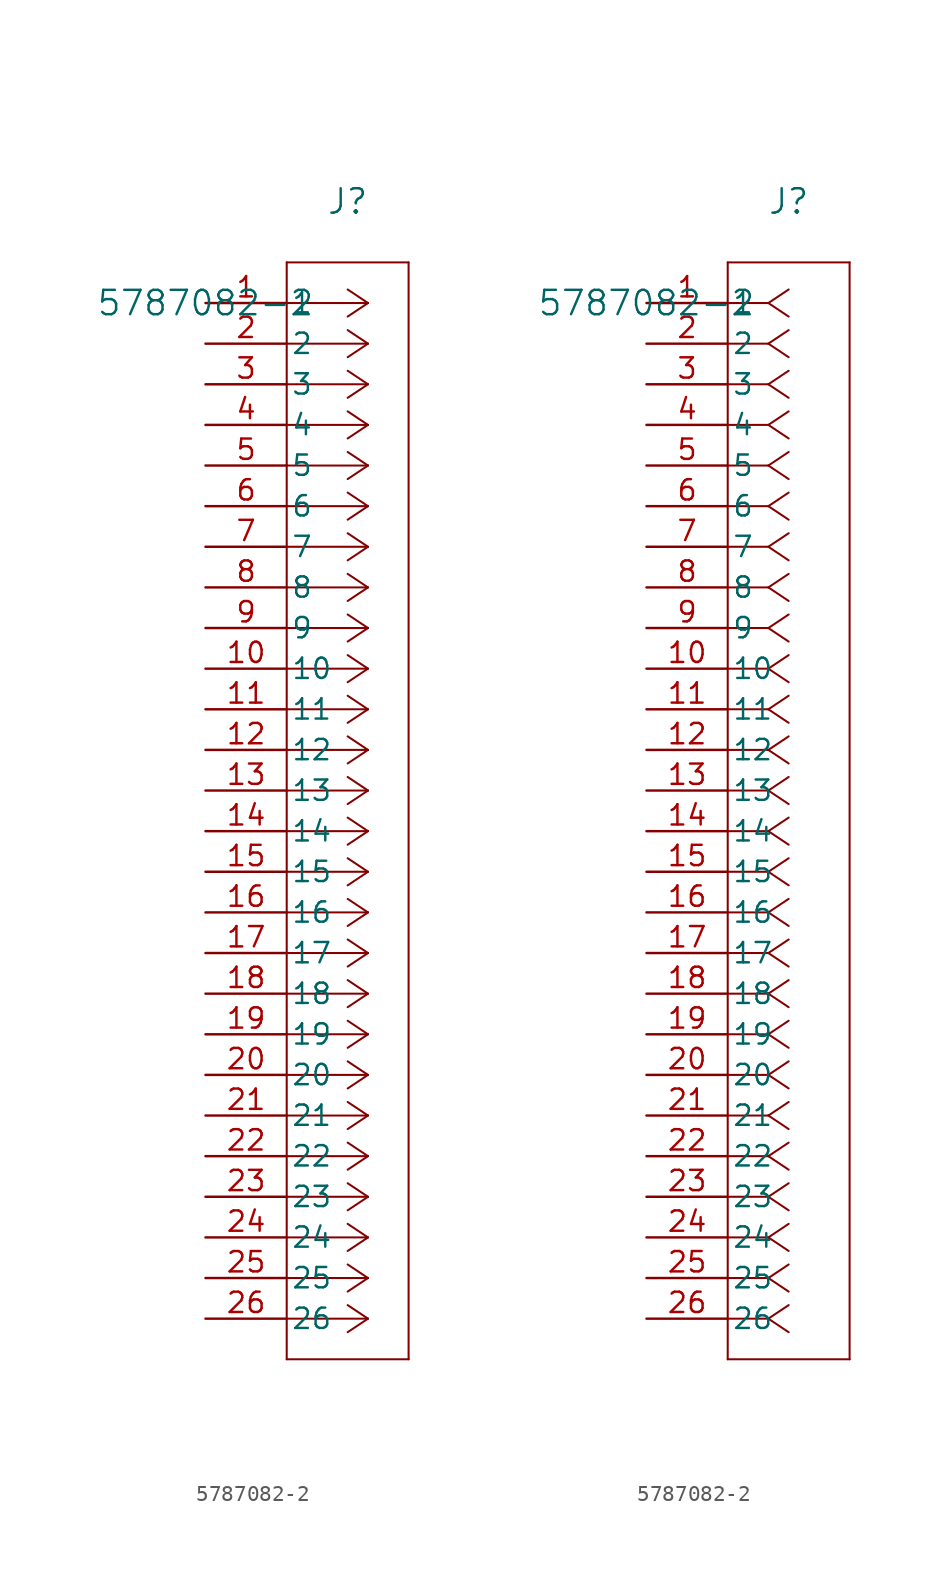
<source format=kicad_sym>
(kicad_symbol_lib
  (version 20211014)
  (generator kicad_symbol_editor)
  (symbol "5787082-2"
    (pin_names
      (offset 0.254))
    (property "Reference" "J"
      (at 8.89 6.35 0)
      (effects (font (size 1.524 1.524))))
    (property "Value" "5787082-2"
      (at 0 0 0)
      (effects (font (size 1.524 1.524))))
    (symbol "5787082-2_1_1"
      (polyline (pts (xy 10.16 0) (xy 5.08 0)) (stroke (width 0.127) (type default) (color 0 0 0 0)) (fill (type none)))
      (polyline (pts (xy 10.16 -2.54) (xy 5.08 -2.54)) (stroke (width 0.127) (type default) (color 0 0 0 0)) (fill (type none)))
      (polyline (pts (xy 10.16 -5.08) (xy 5.08 -5.08)) (stroke (width 0.127) (type default) (color 0 0 0 0)) (fill (type none)))
      (polyline (pts (xy 10.16 -7.62) (xy 5.08 -7.62)) (stroke (width 0.127) (type default) (color 0 0 0 0)) (fill (type none)))
      (polyline (pts (xy 10.16 -10.16) (xy 5.08 -10.16)) (stroke (width 0.127) (type default) (color 0 0 0 0)) (fill (type none)))
      (polyline (pts (xy 10.16 -12.7) (xy 5.08 -12.7)) (stroke (width 0.127) (type default) (color 0 0 0 0)) (fill (type none)))
      (polyline (pts (xy 10.16 -15.24) (xy 5.08 -15.24)) (stroke (width 0.127) (type default) (color 0 0 0 0)) (fill (type none)))
      (polyline (pts (xy 10.16 -17.78) (xy 5.08 -17.78)) (stroke (width 0.127) (type default) (color 0 0 0 0)) (fill (type none)))
      (polyline (pts (xy 10.16 -20.32) (xy 5.08 -20.32)) (stroke (width 0.127) (type default) (color 0 0 0 0)) (fill (type none)))
      (polyline (pts (xy 10.16 -22.86) (xy 5.08 -22.86)) (stroke (width 0.127) (type default) (color 0 0 0 0)) (fill (type none)))
      (polyline (pts (xy 10.16 -25.4) (xy 5.08 -25.4)) (stroke (width 0.127) (type default) (color 0 0 0 0)) (fill (type none)))
      (polyline (pts (xy 10.16 -27.94) (xy 5.08 -27.94)) (stroke (width 0.127) (type default) (color 0 0 0 0)) (fill (type none)))
      (polyline (pts (xy 10.16 -30.48) (xy 5.08 -30.48)) (stroke (width 0.127) (type default) (color 0 0 0 0)) (fill (type none)))
      (polyline (pts (xy 10.16 -33.02) (xy 5.08 -33.02)) (stroke (width 0.127) (type default) (color 0 0 0 0)) (fill (type none)))
      (polyline (pts (xy 10.16 -35.56) (xy 5.08 -35.56)) (stroke (width 0.127) (type default) (color 0 0 0 0)) (fill (type none)))
      (polyline (pts (xy 10.16 -38.1) (xy 5.08 -38.1)) (stroke (width 0.127) (type default) (color 0 0 0 0)) (fill (type none)))
      (polyline (pts (xy 10.16 -40.64) (xy 5.08 -40.64)) (stroke (width 0.127) (type default) (color 0 0 0 0)) (fill (type none)))
      (polyline (pts (xy 10.16 -43.18) (xy 5.08 -43.18)) (stroke (width 0.127) (type default) (color 0 0 0 0)) (fill (type none)))
      (polyline (pts (xy 10.16 -45.72) (xy 5.08 -45.72)) (stroke (width 0.127) (type default) (color 0 0 0 0)) (fill (type none)))
      (polyline (pts (xy 10.16 -48.26) (xy 5.08 -48.26)) (stroke (width 0.127) (type default) (color 0 0 0 0)) (fill (type none)))
      (polyline (pts (xy 10.16 -50.8) (xy 5.08 -50.8)) (stroke (width 0.127) (type default) (color 0 0 0 0)) (fill (type none)))
      (polyline (pts (xy 10.16 -53.34) (xy 5.08 -53.34)) (stroke (width 0.127) (type default) (color 0 0 0 0)) (fill (type none)))
      (polyline (pts (xy 10.16 -55.88) (xy 5.08 -55.88)) (stroke (width 0.127) (type default) (color 0 0 0 0)) (fill (type none)))
      (polyline (pts (xy 10.16 -58.42) (xy 5.08 -58.42)) (stroke (width 0.127) (type default) (color 0 0 0 0)) (fill (type none)))
      (polyline (pts (xy 10.16 -60.96) (xy 5.08 -60.96)) (stroke (width 0.127) (type default) (color 0 0 0 0)) (fill (type none)))
      (polyline (pts (xy 10.16 -63.5) (xy 5.08 -63.5)) (stroke (width 0.127) (type default) (color 0 0 0 0)) (fill (type none)))
      (polyline (pts (xy 10.16 0) (xy 8.89 0.847)) (stroke (width 0.127) (type default) (color 0 0 0 0)) (fill (type none)))
      (polyline (pts (xy 10.16 -2.54) (xy 8.89 -1.693)) (stroke (width 0.127) (type default) (color 0 0 0 0)) (fill (type none)))
      (polyline (pts (xy 10.16 -5.08) (xy 8.89 -4.233)) (stroke (width 0.127) (type default) (color 0 0 0 0)) (fill (type none)))
      (polyline (pts (xy 10.16 -7.62) (xy 8.89 -6.773)) (stroke (width 0.127) (type default) (color 0 0 0 0)) (fill (type none)))
      (polyline (pts (xy 10.16 -10.16) (xy 8.89 -9.313)) (stroke (width 0.127) (type default) (color 0 0 0 0)) (fill (type none)))
      (polyline (pts (xy 10.16 -12.7) (xy 8.89 -11.853)) (stroke (width 0.127) (type default) (color 0 0 0 0)) (fill (type none)))
      (polyline (pts (xy 10.16 -15.24) (xy 8.89 -14.393)) (stroke (width 0.127) (type default) (color 0 0 0 0)) (fill (type none)))
      (polyline (pts (xy 10.16 -17.78) (xy 8.89 -16.933)) (stroke (width 0.127) (type default) (color 0 0 0 0)) (fill (type none)))
      (polyline (pts (xy 10.16 -20.32) (xy 8.89 -19.473)) (stroke (width 0.127) (type default) (color 0 0 0 0)) (fill (type none)))
      (polyline (pts (xy 10.16 -22.86) (xy 8.89 -22.013)) (stroke (width 0.127) (type default) (color 0 0 0 0)) (fill (type none)))
      (polyline (pts (xy 10.16 -25.4) (xy 8.89 -24.553)) (stroke (width 0.127) (type default) (color 0 0 0 0)) (fill (type none)))
      (polyline (pts (xy 10.16 -27.94) (xy 8.89 -27.093)) (stroke (width 0.127) (type default) (color 0 0 0 0)) (fill (type none)))
      (polyline (pts (xy 10.16 -30.48) (xy 8.89 -29.633)) (stroke (width 0.127) (type default) (color 0 0 0 0)) (fill (type none)))
      (polyline (pts (xy 10.16 -33.02) (xy 8.89 -32.173)) (stroke (width 0.127) (type default) (color 0 0 0 0)) (fill (type none)))
      (polyline (pts (xy 10.16 -35.56) (xy 8.89 -34.713)) (stroke (width 0.127) (type default) (color 0 0 0 0)) (fill (type none)))
      (polyline (pts (xy 10.16 -38.1) (xy 8.89 -37.253)) (stroke (width 0.127) (type default) (color 0 0 0 0)) (fill (type none)))
      (polyline (pts (xy 10.16 -40.64) (xy 8.89 -39.793)) (stroke (width 0.127) (type default) (color 0 0 0 0)) (fill (type none)))
      (polyline (pts (xy 10.16 -43.18) (xy 8.89 -42.333)) (stroke (width 0.127) (type default) (color 0 0 0 0)) (fill (type none)))
      (polyline (pts (xy 10.16 -45.72) (xy 8.89 -44.873)) (stroke (width 0.127) (type default) (color 0 0 0 0)) (fill (type none)))
      (polyline (pts (xy 10.16 -48.26) (xy 8.89 -47.413)) (stroke (width 0.127) (type default) (color 0 0 0 0)) (fill (type none)))
      (polyline (pts (xy 10.16 -50.8) (xy 8.89 -49.953)) (stroke (width 0.127) (type default) (color 0 0 0 0)) (fill (type none)))
      (polyline (pts (xy 10.16 -53.34) (xy 8.89 -52.493)) (stroke (width 0.127) (type default) (color 0 0 0 0)) (fill (type none)))
      (polyline (pts (xy 10.16 -55.88) (xy 8.89 -55.033)) (stroke (width 0.127) (type default) (color 0 0 0 0)) (fill (type none)))
      (polyline (pts (xy 10.16 -58.42) (xy 8.89 -57.573)) (stroke (width 0.127) (type default) (color 0 0 0 0)) (fill (type none)))
      (polyline (pts (xy 10.16 -60.96) (xy 8.89 -60.113)) (stroke (width 0.127) (type default) (color 0 0 0 0)) (fill (type none)))
      (polyline (pts (xy 10.16 -63.5) (xy 8.89 -62.653)) (stroke (width 0.127) (type default) (color 0 0 0 0)) (fill (type none)))
      (polyline (pts (xy 10.16 0) (xy 8.89 -0.847)) (stroke (width 0.127) (type default) (color 0 0 0 0)) (fill (type none)))
      (polyline (pts (xy 10.16 -2.54) (xy 8.89 -3.387)) (stroke (width 0.127) (type default) (color 0 0 0 0)) (fill (type none)))
      (polyline (pts (xy 10.16 -5.08) (xy 8.89 -5.927)) (stroke (width 0.127) (type default) (color 0 0 0 0)) (fill (type none)))
      (polyline (pts (xy 10.16 -7.62) (xy 8.89 -8.467)) (stroke (width 0.127) (type default) (color 0 0 0 0)) (fill (type none)))
      (polyline (pts (xy 10.16 -10.16) (xy 8.89 -11.007)) (stroke (width 0.127) (type default) (color 0 0 0 0)) (fill (type none)))
      (polyline (pts (xy 10.16 -12.7) (xy 8.89 -13.547)) (stroke (width 0.127) (type default) (color 0 0 0 0)) (fill (type none)))
      (polyline (pts (xy 10.16 -15.24) (xy 8.89 -16.087)) (stroke (width 0.127) (type default) (color 0 0 0 0)) (fill (type none)))
      (polyline (pts (xy 10.16 -17.78) (xy 8.89 -18.627)) (stroke (width 0.127) (type default) (color 0 0 0 0)) (fill (type none)))
      (polyline (pts (xy 10.16 -20.32) (xy 8.89 -21.167)) (stroke (width 0.127) (type default) (color 0 0 0 0)) (fill (type none)))
      (polyline (pts (xy 10.16 -22.86) (xy 8.89 -23.707)) (stroke (width 0.127) (type default) (color 0 0 0 0)) (fill (type none)))
      (polyline (pts (xy 10.16 -25.4) (xy 8.89 -26.247)) (stroke (width 0.127) (type default) (color 0 0 0 0)) (fill (type none)))
      (polyline (pts (xy 10.16 -27.94) (xy 8.89 -28.787)) (stroke (width 0.127) (type default) (color 0 0 0 0)) (fill (type none)))
      (polyline (pts (xy 10.16 -30.48) (xy 8.89 -31.327)) (stroke (width 0.127) (type default) (color 0 0 0 0)) (fill (type none)))
      (polyline (pts (xy 10.16 -33.02) (xy 8.89 -33.867)) (stroke (width 0.127) (type default) (color 0 0 0 0)) (fill (type none)))
      (polyline (pts (xy 10.16 -35.56) (xy 8.89 -36.407)) (stroke (width 0.127) (type default) (color 0 0 0 0)) (fill (type none)))
      (polyline (pts (xy 10.16 -38.1) (xy 8.89 -38.947)) (stroke (width 0.127) (type default) (color 0 0 0 0)) (fill (type none)))
      (polyline (pts (xy 10.16 -40.64) (xy 8.89 -41.487)) (stroke (width 0.127) (type default) (color 0 0 0 0)) (fill (type none)))
      (polyline (pts (xy 10.16 -43.18) (xy 8.89 -44.027)) (stroke (width 0.127) (type default) (color 0 0 0 0)) (fill (type none)))
      (polyline (pts (xy 10.16 -45.72) (xy 8.89 -46.567)) (stroke (width 0.127) (type default) (color 0 0 0 0)) (fill (type none)))
      (polyline (pts (xy 10.16 -48.26) (xy 8.89 -49.107)) (stroke (width 0.127) (type default) (color 0 0 0 0)) (fill (type none)))
      (polyline (pts (xy 10.16 -50.8) (xy 8.89 -51.647)) (stroke (width 0.127) (type default) (color 0 0 0 0)) (fill (type none)))
      (polyline (pts (xy 10.16 -53.34) (xy 8.89 -54.187)) (stroke (width 0.127) (type default) (color 0 0 0 0)) (fill (type none)))
      (polyline (pts (xy 10.16 -55.88) (xy 8.89 -56.727)) (stroke (width 0.127) (type default) (color 0 0 0 0)) (fill (type none)))
      (polyline (pts (xy 10.16 -58.42) (xy 8.89 -59.267)) (stroke (width 0.127) (type default) (color 0 0 0 0)) (fill (type none)))
      (polyline (pts (xy 10.16 -60.96) (xy 8.89 -61.807)) (stroke (width 0.127) (type default) (color 0 0 0 0)) (fill (type none)))
      (polyline (pts (xy 10.16 -63.5) (xy 8.89 -64.347)) (stroke (width 0.127) (type default) (color 0 0 0 0)) (fill (type none)))
      (polyline (pts (xy 5.08 2.54) (xy 5.08 -66.04)) (stroke (width 0.127) (type default) (color 0 0 0 0)) (fill (type none)))
      (polyline (pts (xy 5.08 -66.04) (xy 12.7 -66.04)) (stroke (width 0.127) (type default) (color 0 0 0 0)) (fill (type none)))
      (polyline (pts (xy 12.7 -66.04) (xy 12.7 2.54)) (stroke (width 0.127) (type default) (color 0 0 0 0)) (fill (type none)))
      (polyline (pts (xy 12.7 2.54) (xy 5.08 2.54)) (stroke (width 0.127) (type default) (color 0 0 0 0)) (fill (type none)))
      (pin unspecified line (at 0 0 0) (length 5.08) (name "1" (effects (font (size 1.27 1.27)))) (number "1" (effects (font (size 1.27 1.27)))))
      (pin unspecified line (at 0 -2.54 0) (length 5.08) (name "2" (effects (font (size 1.27 1.27)))) (number "2" (effects (font (size 1.27 1.27)))))
      (pin unspecified line (at 0 -5.08 0) (length 5.08) (name "3" (effects (font (size 1.27 1.27)))) (number "3" (effects (font (size 1.27 1.27)))))
      (pin unspecified line (at 0 -7.62 0) (length 5.08) (name "4" (effects (font (size 1.27 1.27)))) (number "4" (effects (font (size 1.27 1.27)))))
      (pin unspecified line (at 0 -10.16 0) (length 5.08) (name "5" (effects (font (size 1.27 1.27)))) (number "5" (effects (font (size 1.27 1.27)))))
      (pin unspecified line (at 0 -12.7 0) (length 5.08) (name "6" (effects (font (size 1.27 1.27)))) (number "6" (effects (font (size 1.27 1.27)))))
      (pin unspecified line (at 0 -15.24 0) (length 5.08) (name "7" (effects (font (size 1.27 1.27)))) (number "7" (effects (font (size 1.27 1.27)))))
      (pin unspecified line (at 0 -17.78 0) (length 5.08) (name "8" (effects (font (size 1.27 1.27)))) (number "8" (effects (font (size 1.27 1.27)))))
      (pin unspecified line (at 0 -20.32 0) (length 5.08) (name "9" (effects (font (size 1.27 1.27)))) (number "9" (effects (font (size 1.27 1.27)))))
      (pin unspecified line (at 0 -22.86 0) (length 5.08) (name "10" (effects (font (size 1.27 1.27)))) (number "10" (effects (font (size 1.27 1.27)))))
      (pin unspecified line (at 0 -25.4 0) (length 5.08) (name "11" (effects (font (size 1.27 1.27)))) (number "11" (effects (font (size 1.27 1.27)))))
      (pin unspecified line (at 0 -27.94 0) (length 5.08) (name "12" (effects (font (size 1.27 1.27)))) (number "12" (effects (font (size 1.27 1.27)))))
      (pin unspecified line (at 0 -30.48 0) (length 5.08) (name "13" (effects (font (size 1.27 1.27)))) (number "13" (effects (font (size 1.27 1.27)))))
      (pin unspecified line (at 0 -33.02 0) (length 5.08) (name "14" (effects (font (size 1.27 1.27)))) (number "14" (effects (font (size 1.27 1.27)))))
      (pin unspecified line (at 0 -35.56 0) (length 5.08) (name "15" (effects (font (size 1.27 1.27)))) (number "15" (effects (font (size 1.27 1.27)))))
      (pin unspecified line (at 0 -38.1 0) (length 5.08) (name "16" (effects (font (size 1.27 1.27)))) (number "16" (effects (font (size 1.27 1.27)))))
      (pin unspecified line (at 0 -40.64 0) (length 5.08) (name "17" (effects (font (size 1.27 1.27)))) (number "17" (effects (font (size 1.27 1.27)))))
      (pin unspecified line (at 0 -43.18 0) (length 5.08) (name "18" (effects (font (size 1.27 1.27)))) (number "18" (effects (font (size 1.27 1.27)))))
      (pin unspecified line (at 0 -45.72 0) (length 5.08) (name "19" (effects (font (size 1.27 1.27)))) (number "19" (effects (font (size 1.27 1.27)))))
      (pin unspecified line (at 0 -48.26 0) (length 5.08) (name "20" (effects (font (size 1.27 1.27)))) (number "20" (effects (font (size 1.27 1.27)))))
      (pin unspecified line (at 0 -50.8 0) (length 5.08) (name "21" (effects (font (size 1.27 1.27)))) (number "21" (effects (font (size 1.27 1.27)))))
      (pin unspecified line (at 0 -53.34 0) (length 5.08) (name "22" (effects (font (size 1.27 1.27)))) (number "22" (effects (font (size 1.27 1.27)))))
      (pin unspecified line (at 0 -55.88 0) (length 5.08) (name "23" (effects (font (size 1.27 1.27)))) (number "23" (effects (font (size 1.27 1.27)))))
      (pin unspecified line (at 0 -58.42 0) (length 5.08) (name "24" (effects (font (size 1.27 1.27)))) (number "24" (effects (font (size 1.27 1.27)))))
      (pin unspecified line (at 0 -60.96 0) (length 5.08) (name "25" (effects (font (size 1.27 1.27)))) (number "25" (effects (font (size 1.27 1.27)))))
      (pin unspecified line (at 0 -63.5 0) (length 5.08) (name "26" (effects (font (size 1.27 1.27)))) (number "26" (effects (font (size 1.27 1.27))))))
    (symbol "5787082-2_1_2"
      (polyline (pts (xy 7.62 0) (xy 5.08 0)) (stroke (width 0.127) (type default) (color 0 0 0 0)) (fill (type none)))
      (polyline (pts (xy 7.62 -2.54) (xy 5.08 -2.54)) (stroke (width 0.127) (type default) (color 0 0 0 0)) (fill (type none)))
      (polyline (pts (xy 7.62 -5.08) (xy 5.08 -5.08)) (stroke (width 0.127) (type default) (color 0 0 0 0)) (fill (type none)))
      (polyline (pts (xy 7.62 -7.62) (xy 5.08 -7.62)) (stroke (width 0.127) (type default) (color 0 0 0 0)) (fill (type none)))
      (polyline (pts (xy 7.62 -10.16) (xy 5.08 -10.16)) (stroke (width 0.127) (type default) (color 0 0 0 0)) (fill (type none)))
      (polyline (pts (xy 7.62 -12.7) (xy 5.08 -12.7)) (stroke (width 0.127) (type default) (color 0 0 0 0)) (fill (type none)))
      (polyline (pts (xy 7.62 -15.24) (xy 5.08 -15.24)) (stroke (width 0.127) (type default) (color 0 0 0 0)) (fill (type none)))
      (polyline (pts (xy 7.62 -17.78) (xy 5.08 -17.78)) (stroke (width 0.127) (type default) (color 0 0 0 0)) (fill (type none)))
      (polyline (pts (xy 7.62 -20.32) (xy 5.08 -20.32)) (stroke (width 0.127) (type default) (color 0 0 0 0)) (fill (type none)))
      (polyline (pts (xy 7.62 -22.86) (xy 5.08 -22.86)) (stroke (width 0.127) (type default) (color 0 0 0 0)) (fill (type none)))
      (polyline (pts (xy 7.62 -25.4) (xy 5.08 -25.4)) (stroke (width 0.127) (type default) (color 0 0 0 0)) (fill (type none)))
      (polyline (pts (xy 7.62 -27.94) (xy 5.08 -27.94)) (stroke (width 0.127) (type default) (color 0 0 0 0)) (fill (type none)))
      (polyline (pts (xy 7.62 -30.48) (xy 5.08 -30.48)) (stroke (width 0.127) (type default) (color 0 0 0 0)) (fill (type none)))
      (polyline (pts (xy 7.62 -33.02) (xy 5.08 -33.02)) (stroke (width 0.127) (type default) (color 0 0 0 0)) (fill (type none)))
      (polyline (pts (xy 7.62 -35.56) (xy 5.08 -35.56)) (stroke (width 0.127) (type default) (color 0 0 0 0)) (fill (type none)))
      (polyline (pts (xy 7.62 -38.1) (xy 5.08 -38.1)) (stroke (width 0.127) (type default) (color 0 0 0 0)) (fill (type none)))
      (polyline (pts (xy 7.62 -40.64) (xy 5.08 -40.64)) (stroke (width 0.127) (type default) (color 0 0 0 0)) (fill (type none)))
      (polyline (pts (xy 7.62 -43.18) (xy 5.08 -43.18)) (stroke (width 0.127) (type default) (color 0 0 0 0)) (fill (type none)))
      (polyline (pts (xy 7.62 -45.72) (xy 5.08 -45.72)) (stroke (width 0.127) (type default) (color 0 0 0 0)) (fill (type none)))
      (polyline (pts (xy 7.62 -48.26) (xy 5.08 -48.26)) (stroke (width 0.127) (type default) (color 0 0 0 0)) (fill (type none)))
      (polyline (pts (xy 7.62 -50.8) (xy 5.08 -50.8)) (stroke (width 0.127) (type default) (color 0 0 0 0)) (fill (type none)))
      (polyline (pts (xy 7.62 -53.34) (xy 5.08 -53.34)) (stroke (width 0.127) (type default) (color 0 0 0 0)) (fill (type none)))
      (polyline (pts (xy 7.62 -55.88) (xy 5.08 -55.88)) (stroke (width 0.127) (type default) (color 0 0 0 0)) (fill (type none)))
      (polyline (pts (xy 7.62 -58.42) (xy 5.08 -58.42)) (stroke (width 0.127) (type default) (color 0 0 0 0)) (fill (type none)))
      (polyline (pts (xy 7.62 -60.96) (xy 5.08 -60.96)) (stroke (width 0.127) (type default) (color 0 0 0 0)) (fill (type none)))
      (polyline (pts (xy 7.62 -63.5) (xy 5.08 -63.5)) (stroke (width 0.127) (type default) (color 0 0 0 0)) (fill (type none)))
      (polyline (pts (xy 7.62 0) (xy 8.89 0.847)) (stroke (width 0.127) (type default) (color 0 0 0 0)) (fill (type none)))
      (polyline (pts (xy 7.62 -2.54) (xy 8.89 -1.693)) (stroke (width 0.127) (type default) (color 0 0 0 0)) (fill (type none)))
      (polyline (pts (xy 7.62 -5.08) (xy 8.89 -4.233)) (stroke (width 0.127) (type default) (color 0 0 0 0)) (fill (type none)))
      (polyline (pts (xy 7.62 -7.62) (xy 8.89 -6.773)) (stroke (width 0.127) (type default) (color 0 0 0 0)) (fill (type none)))
      (polyline (pts (xy 7.62 -10.16) (xy 8.89 -9.313)) (stroke (width 0.127) (type default) (color 0 0 0 0)) (fill (type none)))
      (polyline (pts (xy 7.62 -12.7) (xy 8.89 -11.853)) (stroke (width 0.127) (type default) (color 0 0 0 0)) (fill (type none)))
      (polyline (pts (xy 7.62 -15.24) (xy 8.89 -14.393)) (stroke (width 0.127) (type default) (color 0 0 0 0)) (fill (type none)))
      (polyline (pts (xy 7.62 -17.78) (xy 8.89 -16.933)) (stroke (width 0.127) (type default) (color 0 0 0 0)) (fill (type none)))
      (polyline (pts (xy 7.62 -20.32) (xy 8.89 -19.473)) (stroke (width 0.127) (type default) (color 0 0 0 0)) (fill (type none)))
      (polyline (pts (xy 7.62 -22.86) (xy 8.89 -22.013)) (stroke (width 0.127) (type default) (color 0 0 0 0)) (fill (type none)))
      (polyline (pts (xy 7.62 -25.4) (xy 8.89 -24.553)) (stroke (width 0.127) (type default) (color 0 0 0 0)) (fill (type none)))
      (polyline (pts (xy 7.62 -27.94) (xy 8.89 -27.093)) (stroke (width 0.127) (type default) (color 0 0 0 0)) (fill (type none)))
      (polyline (pts (xy 7.62 -30.48) (xy 8.89 -29.633)) (stroke (width 0.127) (type default) (color 0 0 0 0)) (fill (type none)))
      (polyline (pts (xy 7.62 -33.02) (xy 8.89 -32.173)) (stroke (width 0.127) (type default) (color 0 0 0 0)) (fill (type none)))
      (polyline (pts (xy 7.62 -35.56) (xy 8.89 -34.713)) (stroke (width 0.127) (type default) (color 0 0 0 0)) (fill (type none)))
      (polyline (pts (xy 7.62 -38.1) (xy 8.89 -37.253)) (stroke (width 0.127) (type default) (color 0 0 0 0)) (fill (type none)))
      (polyline (pts (xy 7.62 -40.64) (xy 8.89 -39.793)) (stroke (width 0.127) (type default) (color 0 0 0 0)) (fill (type none)))
      (polyline (pts (xy 7.62 -43.18) (xy 8.89 -42.333)) (stroke (width 0.127) (type default) (color 0 0 0 0)) (fill (type none)))
      (polyline (pts (xy 7.62 -45.72) (xy 8.89 -44.873)) (stroke (width 0.127) (type default) (color 0 0 0 0)) (fill (type none)))
      (polyline (pts (xy 7.62 -48.26) (xy 8.89 -47.413)) (stroke (width 0.127) (type default) (color 0 0 0 0)) (fill (type none)))
      (polyline (pts (xy 7.62 -50.8) (xy 8.89 -49.953)) (stroke (width 0.127) (type default) (color 0 0 0 0)) (fill (type none)))
      (polyline (pts (xy 7.62 -53.34) (xy 8.89 -52.493)) (stroke (width 0.127) (type default) (color 0 0 0 0)) (fill (type none)))
      (polyline (pts (xy 7.62 -55.88) (xy 8.89 -55.033)) (stroke (width 0.127) (type default) (color 0 0 0 0)) (fill (type none)))
      (polyline (pts (xy 7.62 -58.42) (xy 8.89 -57.573)) (stroke (width 0.127) (type default) (color 0 0 0 0)) (fill (type none)))
      (polyline (pts (xy 7.62 -60.96) (xy 8.89 -60.113)) (stroke (width 0.127) (type default) (color 0 0 0 0)) (fill (type none)))
      (polyline (pts (xy 7.62 -63.5) (xy 8.89 -62.653)) (stroke (width 0.127) (type default) (color 0 0 0 0)) (fill (type none)))
      (polyline (pts (xy 7.62 0) (xy 8.89 -0.847)) (stroke (width 0.127) (type default) (color 0 0 0 0)) (fill (type none)))
      (polyline (pts (xy 7.62 -2.54) (xy 8.89 -3.387)) (stroke (width 0.127) (type default) (color 0 0 0 0)) (fill (type none)))
      (polyline (pts (xy 7.62 -5.08) (xy 8.89 -5.927)) (stroke (width 0.127) (type default) (color 0 0 0 0)) (fill (type none)))
      (polyline (pts (xy 7.62 -7.62) (xy 8.89 -8.467)) (stroke (width 0.127) (type default) (color 0 0 0 0)) (fill (type none)))
      (polyline (pts (xy 7.62 -10.16) (xy 8.89 -11.007)) (stroke (width 0.127) (type default) (color 0 0 0 0)) (fill (type none)))
      (polyline (pts (xy 7.62 -12.7) (xy 8.89 -13.547)) (stroke (width 0.127) (type default) (color 0 0 0 0)) (fill (type none)))
      (polyline (pts (xy 7.62 -15.24) (xy 8.89 -16.087)) (stroke (width 0.127) (type default) (color 0 0 0 0)) (fill (type none)))
      (polyline (pts (xy 7.62 -17.78) (xy 8.89 -18.627)) (stroke (width 0.127) (type default) (color 0 0 0 0)) (fill (type none)))
      (polyline (pts (xy 7.62 -20.32) (xy 8.89 -21.167)) (stroke (width 0.127) (type default) (color 0 0 0 0)) (fill (type none)))
      (polyline (pts (xy 7.62 -22.86) (xy 8.89 -23.707)) (stroke (width 0.127) (type default) (color 0 0 0 0)) (fill (type none)))
      (polyline (pts (xy 7.62 -25.4) (xy 8.89 -26.247)) (stroke (width 0.127) (type default) (color 0 0 0 0)) (fill (type none)))
      (polyline (pts (xy 7.62 -27.94) (xy 8.89 -28.787)) (stroke (width 0.127) (type default) (color 0 0 0 0)) (fill (type none)))
      (polyline (pts (xy 7.62 -30.48) (xy 8.89 -31.327)) (stroke (width 0.127) (type default) (color 0 0 0 0)) (fill (type none)))
      (polyline (pts (xy 7.62 -33.02) (xy 8.89 -33.867)) (stroke (width 0.127) (type default) (color 0 0 0 0)) (fill (type none)))
      (polyline (pts (xy 7.62 -35.56) (xy 8.89 -36.407)) (stroke (width 0.127) (type default) (color 0 0 0 0)) (fill (type none)))
      (polyline (pts (xy 7.62 -38.1) (xy 8.89 -38.947)) (stroke (width 0.127) (type default) (color 0 0 0 0)) (fill (type none)))
      (polyline (pts (xy 7.62 -40.64) (xy 8.89 -41.487)) (stroke (width 0.127) (type default) (color 0 0 0 0)) (fill (type none)))
      (polyline (pts (xy 7.62 -43.18) (xy 8.89 -44.027)) (stroke (width 0.127) (type default) (color 0 0 0 0)) (fill (type none)))
      (polyline (pts (xy 7.62 -45.72) (xy 8.89 -46.567)) (stroke (width 0.127) (type default) (color 0 0 0 0)) (fill (type none)))
      (polyline (pts (xy 7.62 -48.26) (xy 8.89 -49.107)) (stroke (width 0.127) (type default) (color 0 0 0 0)) (fill (type none)))
      (polyline (pts (xy 7.62 -50.8) (xy 8.89 -51.647)) (stroke (width 0.127) (type default) (color 0 0 0 0)) (fill (type none)))
      (polyline (pts (xy 7.62 -53.34) (xy 8.89 -54.187)) (stroke (width 0.127) (type default) (color 0 0 0 0)) (fill (type none)))
      (polyline (pts (xy 7.62 -55.88) (xy 8.89 -56.727)) (stroke (width 0.127) (type default) (color 0 0 0 0)) (fill (type none)))
      (polyline (pts (xy 7.62 -58.42) (xy 8.89 -59.267)) (stroke (width 0.127) (type default) (color 0 0 0 0)) (fill (type none)))
      (polyline (pts (xy 7.62 -60.96) (xy 8.89 -61.807)) (stroke (width 0.127) (type default) (color 0 0 0 0)) (fill (type none)))
      (polyline (pts (xy 7.62 -63.5) (xy 8.89 -64.347)) (stroke (width 0.127) (type default) (color 0 0 0 0)) (fill (type none)))
      (polyline (pts (xy 5.08 2.54) (xy 5.08 -66.04)) (stroke (width 0.127) (type default) (color 0 0 0 0)) (fill (type none)))
      (polyline (pts (xy 5.08 -66.04) (xy 12.7 -66.04)) (stroke (width 0.127) (type default) (color 0 0 0 0)) (fill (type none)))
      (polyline (pts (xy 12.7 -66.04) (xy 12.7 2.54)) (stroke (width 0.127) (type default) (color 0 0 0 0)) (fill (type none)))
      (polyline (pts (xy 12.7 2.54) (xy 5.08 2.54)) (stroke (width 0.127) (type default) (color 0 0 0 0)) (fill (type none)))
      (pin unspecified line (at 0 0 0) (length 5.08) (name "1" (effects (font (size 1.27 1.27)))) (number "1" (effects (font (size 1.27 1.27)))))
      (pin unspecified line (at 0 -2.54 0) (length 5.08) (name "2" (effects (font (size 1.27 1.27)))) (number "2" (effects (font (size 1.27 1.27)))))
      (pin unspecified line (at 0 -5.08 0) (length 5.08) (name "3" (effects (font (size 1.27 1.27)))) (number "3" (effects (font (size 1.27 1.27)))))
      (pin unspecified line (at 0 -7.62 0) (length 5.08) (name "4" (effects (font (size 1.27 1.27)))) (number "4" (effects (font (size 1.27 1.27)))))
      (pin unspecified line (at 0 -10.16 0) (length 5.08) (name "5" (effects (font (size 1.27 1.27)))) (number "5" (effects (font (size 1.27 1.27)))))
      (pin unspecified line (at 0 -12.7 0) (length 5.08) (name "6" (effects (font (size 1.27 1.27)))) (number "6" (effects (font (size 1.27 1.27)))))
      (pin unspecified line (at 0 -15.24 0) (length 5.08) (name "7" (effects (font (size 1.27 1.27)))) (number "7" (effects (font (size 1.27 1.27)))))
      (pin unspecified line (at 0 -17.78 0) (length 5.08) (name "8" (effects (font (size 1.27 1.27)))) (number "8" (effects (font (size 1.27 1.27)))))
      (pin unspecified line (at 0 -20.32 0) (length 5.08) (name "9" (effects (font (size 1.27 1.27)))) (number "9" (effects (font (size 1.27 1.27)))))
      (pin unspecified line (at 0 -22.86 0) (length 5.08) (name "10" (effects (font (size 1.27 1.27)))) (number "10" (effects (font (size 1.27 1.27)))))
      (pin unspecified line (at 0 -25.4 0) (length 5.08) (name "11" (effects (font (size 1.27 1.27)))) (number "11" (effects (font (size 1.27 1.27)))))
      (pin unspecified line (at 0 -27.94 0) (length 5.08) (name "12" (effects (font (size 1.27 1.27)))) (number "12" (effects (font (size 1.27 1.27)))))
      (pin unspecified line (at 0 -30.48 0) (length 5.08) (name "13" (effects (font (size 1.27 1.27)))) (number "13" (effects (font (size 1.27 1.27)))))
      (pin unspecified line (at 0 -33.02 0) (length 5.08) (name "14" (effects (font (size 1.27 1.27)))) (number "14" (effects (font (size 1.27 1.27)))))
      (pin unspecified line (at 0 -35.56 0) (length 5.08) (name "15" (effects (font (size 1.27 1.27)))) (number "15" (effects (font (size 1.27 1.27)))))
      (pin unspecified line (at 0 -38.1 0) (length 5.08) (name "16" (effects (font (size 1.27 1.27)))) (number "16" (effects (font (size 1.27 1.27)))))
      (pin unspecified line (at 0 -40.64 0) (length 5.08) (name "17" (effects (font (size 1.27 1.27)))) (number "17" (effects (font (size 1.27 1.27)))))
      (pin unspecified line (at 0 -43.18 0) (length 5.08) (name "18" (effects (font (size 1.27 1.27)))) (number "18" (effects (font (size 1.27 1.27)))))
      (pin unspecified line (at 0 -45.72 0) (length 5.08) (name "19" (effects (font (size 1.27 1.27)))) (number "19" (effects (font (size 1.27 1.27)))))
      (pin unspecified line (at 0 -48.26 0) (length 5.08) (name "20" (effects (font (size 1.27 1.27)))) (number "20" (effects (font (size 1.27 1.27)))))
      (pin unspecified line (at 0 -50.8 0) (length 5.08) (name "21" (effects (font (size 1.27 1.27)))) (number "21" (effects (font (size 1.27 1.27)))))
      (pin unspecified line (at 0 -53.34 0) (length 5.08) (name "22" (effects (font (size 1.27 1.27)))) (number "22" (effects (font (size 1.27 1.27)))))
      (pin unspecified line (at 0 -55.88 0) (length 5.08) (name "23" (effects (font (size 1.27 1.27)))) (number "23" (effects (font (size 1.27 1.27)))))
      (pin unspecified line (at 0 -58.42 0) (length 5.08) (name "24" (effects (font (size 1.27 1.27)))) (number "24" (effects (font (size 1.27 1.27)))))
      (pin unspecified line (at 0 -60.96 0) (length 5.08) (name "25" (effects (font (size 1.27 1.27)))) (number "25" (effects (font (size 1.27 1.27)))))
      (pin unspecified line (at 0 -63.5 0) (length 5.08) (name "26" (effects (font (size 1.27 1.27)))) (number "26" (effects (font (size 1.27 1.27))))))))
</source>
